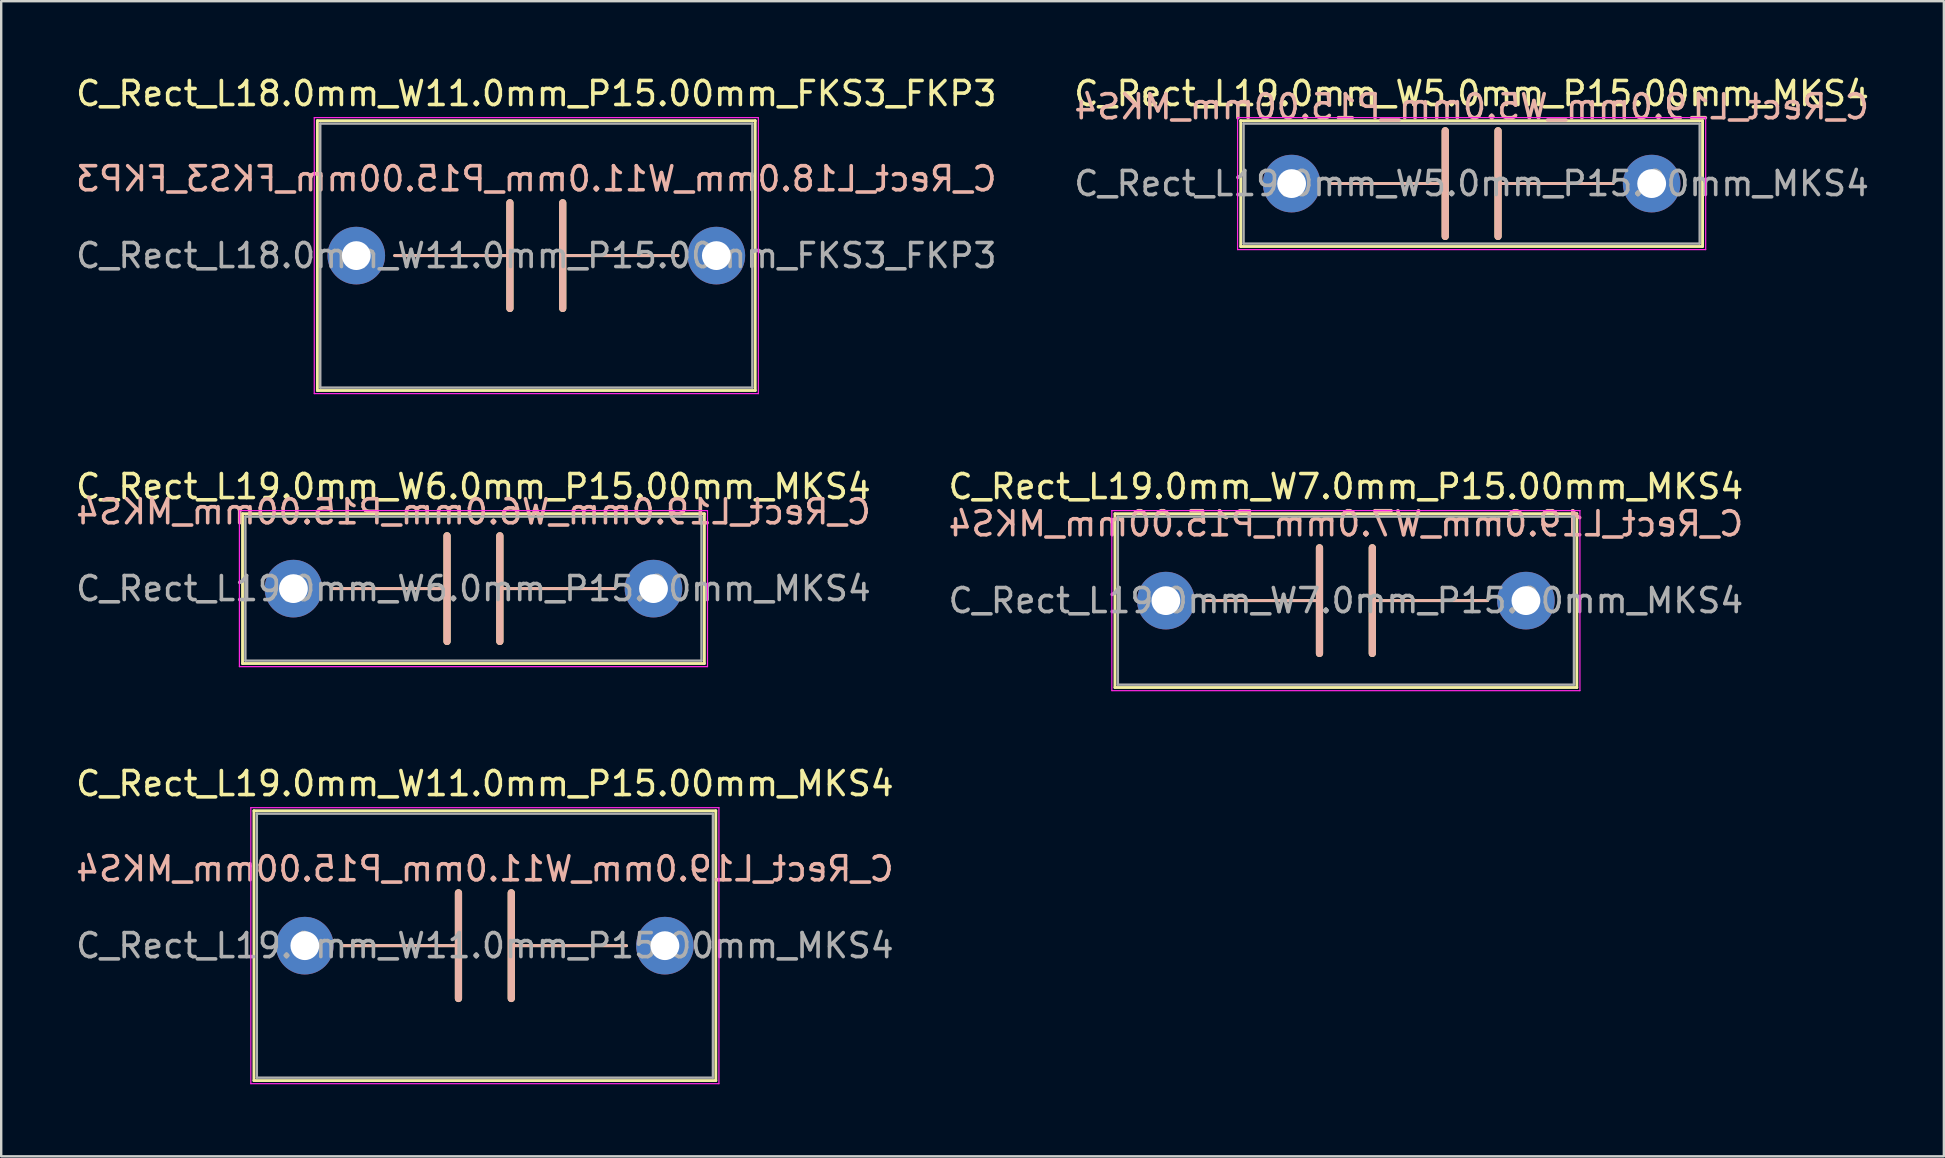
<source format=kicad_pcb>
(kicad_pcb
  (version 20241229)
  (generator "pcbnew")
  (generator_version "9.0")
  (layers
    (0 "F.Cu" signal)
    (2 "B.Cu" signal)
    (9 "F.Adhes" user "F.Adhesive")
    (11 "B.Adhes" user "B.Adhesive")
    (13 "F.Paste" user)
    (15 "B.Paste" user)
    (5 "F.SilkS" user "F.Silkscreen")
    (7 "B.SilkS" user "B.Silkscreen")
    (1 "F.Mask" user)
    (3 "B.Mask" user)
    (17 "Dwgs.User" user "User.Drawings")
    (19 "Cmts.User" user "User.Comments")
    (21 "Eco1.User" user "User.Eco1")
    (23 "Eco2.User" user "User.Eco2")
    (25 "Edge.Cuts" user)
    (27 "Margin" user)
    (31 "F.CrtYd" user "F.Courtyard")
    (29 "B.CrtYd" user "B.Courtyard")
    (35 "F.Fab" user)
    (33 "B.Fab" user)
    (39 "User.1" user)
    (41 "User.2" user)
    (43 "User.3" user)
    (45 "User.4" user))
  (footprint "C_Rect_L19.0mm_W11.0mm_P15.00mm_MKS4"
    (layer "F.Cu")
    (at 9.649 36.345)
    (property "Reference" "C_Rect_L19.0mm_W11.0mm_P15.00mm_MKS4" (at 7.5 -6.75 0) (layer "F.SilkS") (effects (font (size 1 1) (thickness 0.15))))
    (fp_line (start -2.12 -5.62) (end -2.12 5.62) (stroke (width 0.12) (type solid)) (layer "F.SilkS"))
    (fp_line (start -2.12 -5.62) (end 17.12 -5.62) (stroke (width 0.12) (type solid)) (layer "F.SilkS"))
    (fp_line (start -2.12 5.62) (end 17.12 5.62) (stroke (width 0.12) (type solid)) (layer "F.SilkS"))
    (fp_line (start 1.6 0) (end 6.4 0) (stroke (width 0.12) (type solid)) (layer "F.SilkS"))
    (fp_line (start 6.4 -2.2) (end 6.4 2.2) (stroke (width 0.3) (type solid)) (layer "F.SilkS"))
    (fp_line (start 8.6 -2.2) (end 8.6 2.2) (stroke (width 0.3) (type solid)) (layer "F.SilkS"))
    (fp_line (start 8.6 0) (end 13.4 0) (stroke (width 0.12) (type solid)) (layer "F.SilkS"))
    (fp_line (start 17.12 -5.62) (end 17.12 5.62) (stroke (width 0.12) (type solid)) (layer "F.SilkS"))
    (fp_line (start 1.6 0) (end 6.4 0) (stroke (width 0.12) (type solid)) (layer "B.SilkS"))
    (fp_line (start 6.4 2.2) (end 6.4 -2.2) (stroke (width 0.3) (type solid)) (layer "B.SilkS"))
    (fp_line (start 8.6 0) (end 13.4 0) (stroke (width 0.12) (type solid)) (layer "B.SilkS"))
    (fp_line (start 8.6 2.2) (end 8.6 -2.2) (stroke (width 0.3) (type solid)) (layer "B.SilkS"))
    (fp_line (start -2.25 -5.75) (end -2.25 5.75) (stroke (width 0.05) (type solid)) (layer "F.CrtYd"))
    (fp_line (start -2.25 5.75) (end 17.25 5.75) (stroke (width 0.05) (type solid)) (layer "F.CrtYd"))
    (fp_line (start 17.25 -5.75) (end -2.25 -5.75) (stroke (width 0.05) (type solid)) (layer "F.CrtYd"))
    (fp_line (start 17.25 5.75) (end 17.25 -5.75) (stroke (width 0.05) (type solid)) (layer "F.CrtYd"))
    (fp_line (start -2 -5.5) (end -2 5.5) (stroke (width 0.1) (type solid)) (layer "F.Fab"))
    (fp_line (start -2 5.5) (end 17 5.5) (stroke (width 0.1) (type solid)) (layer "F.Fab"))
    (fp_line (start 17 -5.5) (end -2 -5.5) (stroke (width 0.1) (type solid)) (layer "F.Fab"))
    (fp_line (start 17 5.5) (end 17 -5.5) (stroke (width 0.1) (type solid)) (layer "F.Fab"))
    (fp_text user "${REFERENCE}" (at 7.5 -3.2 0) (layer "B.SilkS") (effects (font (size 1 1) (thickness 0.15)) (justify mirror)))
    (fp_text user "${REFERENCE}" (at 7.5 0 0) (layer "F.Fab") (effects (font (size 1 1) (thickness 0.15))))
    (pad "1" thru_hole circle (at 0 0) (size 2.4 2.4) (drill 1.2) (layers "*.Cu" "*.Mask"))
    (pad "2" thru_hole circle (at 15 0) (size 2.4 2.4) (drill 1.2) (layers "*.Cu" "*.Mask")))
  (footprint "C_Rect_L18.0mm_W11.0mm_P15.00mm_FKS3_FKP3"
    (layer "F.Cu")
    (at 11.792 7.598)
    (property "Reference" "C_Rect_L18.0mm_W11.0mm_P15.00mm_FKS3_FKP3" (at 7.5 -6.75 0) (layer "F.SilkS") (effects (font (size 1 1) (thickness 0.15))))
    (fp_line (start -1.62 -5.62) (end -1.62 5.62) (stroke (width 0.12) (type solid)) (layer "F.SilkS"))
    (fp_line (start -1.62 -5.62) (end 16.62 -5.62) (stroke (width 0.12) (type solid)) (layer "F.SilkS"))
    (fp_line (start -1.62 5.62) (end 16.62 5.62) (stroke (width 0.12) (type solid)) (layer "F.SilkS"))
    (fp_line (start 1.6 0) (end 6.4 0) (stroke (width 0.12) (type solid)) (layer "F.SilkS"))
    (fp_line (start 6.4 -2.2) (end 6.4 2.2) (stroke (width 0.3) (type solid)) (layer "F.SilkS"))
    (fp_line (start 8.6 -2.2) (end 8.6 2.2) (stroke (width 0.3) (type solid)) (layer "F.SilkS"))
    (fp_line (start 8.6 0) (end 13.4 0) (stroke (width 0.12) (type solid)) (layer "F.SilkS"))
    (fp_line (start 16.62 -5.62) (end 16.62 5.62) (stroke (width 0.12) (type solid)) (layer "F.SilkS"))
    (fp_line (start 1.6 0) (end 6.4 0) (stroke (width 0.12) (type solid)) (layer "B.SilkS"))
    (fp_line (start 6.4 2.2) (end 6.4 -2.2) (stroke (width 0.3) (type solid)) (layer "B.SilkS"))
    (fp_line (start 8.6 0) (end 13.4 0) (stroke (width 0.12) (type solid)) (layer "B.SilkS"))
    (fp_line (start 8.6 2.2) (end 8.6 -2.2) (stroke (width 0.3) (type solid)) (layer "B.SilkS"))
    (fp_line (start -1.75 -5.75) (end -1.75 5.75) (stroke (width 0.05) (type solid)) (layer "F.CrtYd"))
    (fp_line (start -1.75 5.75) (end 16.75 5.75) (stroke (width 0.05) (type solid)) (layer "F.CrtYd"))
    (fp_line (start 16.75 -5.75) (end -1.75 -5.75) (stroke (width 0.05) (type solid)) (layer "F.CrtYd"))
    (fp_line (start 16.75 5.75) (end 16.75 -5.75) (stroke (width 0.05) (type solid)) (layer "F.CrtYd"))
    (fp_line (start -1.5 -5.5) (end -1.5 5.5) (stroke (width 0.1) (type solid)) (layer "F.Fab"))
    (fp_line (start -1.5 5.5) (end 16.5 5.5) (stroke (width 0.1) (type solid)) (layer "F.Fab"))
    (fp_line (start 16.5 -5.5) (end -1.5 -5.5) (stroke (width 0.1) (type solid)) (layer "F.Fab"))
    (fp_line (start 16.5 5.5) (end 16.5 -5.5) (stroke (width 0.1) (type solid)) (layer "F.Fab"))
    (fp_text user "${REFERENCE}" (at 7.5 -3.2 0) (layer "B.SilkS") (effects (font (size 1 1) (thickness 0.15)) (justify mirror)))
    (fp_text user "${REFERENCE}" (at 7.5 0 0) (layer "F.Fab") (effects (font (size 1 1) (thickness 0.15))))
    (pad "1" thru_hole circle (at 0 0) (size 2.4 2.4) (drill 1.2) (layers "*.Cu" "*.Mask"))
    (pad "2" thru_hole circle (at 15 0) (size 2.4 2.4) (drill 1.2) (layers "*.Cu" "*.Mask")))
  (footprint "C_Rect_L19.0mm_W5.0mm_P15.00mm_MKS4"
    (layer "F.Cu")
    (at 50.756 4.598)
    (property "Reference" "C_Rect_L19.0mm_W5.0mm_P15.00mm_MKS4" (at 7.5 -3.75 0) (layer "F.SilkS") (effects (font (size 1 1) (thickness 0.15))))
    (fp_line (start -2.12 -2.62) (end -2.12 2.62) (stroke (width 0.12) (type solid)) (layer "F.SilkS"))
    (fp_line (start -2.12 -2.62) (end 17.12 -2.62) (stroke (width 0.12) (type solid)) (layer "F.SilkS"))
    (fp_line (start -2.12 2.62) (end 17.12 2.62) (stroke (width 0.12) (type solid)) (layer "F.SilkS"))
    (fp_line (start 1.6 0) (end 6.4 0) (stroke (width 0.12) (type solid)) (layer "F.SilkS"))
    (fp_line (start 6.4 -2.2) (end 6.4 2.2) (stroke (width 0.3) (type solid)) (layer "F.SilkS"))
    (fp_line (start 8.6 -2.2) (end 8.6 2.2) (stroke (width 0.3) (type solid)) (layer "F.SilkS"))
    (fp_line (start 8.6 0) (end 13.4 0) (stroke (width 0.12) (type solid)) (layer "F.SilkS"))
    (fp_line (start 17.12 -2.62) (end 17.12 2.62) (stroke (width 0.12) (type solid)) (layer "F.SilkS"))
    (fp_line (start 1.6 0) (end 6.4 0) (stroke (width 0.12) (type solid)) (layer "B.SilkS"))
    (fp_line (start 6.4 2.2) (end 6.4 -2.2) (stroke (width 0.3) (type solid)) (layer "B.SilkS"))
    (fp_line (start 8.6 0) (end 13.4 0) (stroke (width 0.12) (type solid)) (layer "B.SilkS"))
    (fp_line (start 8.6 2.2) (end 8.6 -2.2) (stroke (width 0.3) (type solid)) (layer "B.SilkS"))
    (fp_line (start -2.25 -2.75) (end -2.25 2.75) (stroke (width 0.05) (type solid)) (layer "F.CrtYd"))
    (fp_line (start -2.25 2.75) (end 17.25 2.75) (stroke (width 0.05) (type solid)) (layer "F.CrtYd"))
    (fp_line (start 17.25 -2.75) (end -2.25 -2.75) (stroke (width 0.05) (type solid)) (layer "F.CrtYd"))
    (fp_line (start 17.25 2.75) (end 17.25 -2.75) (stroke (width 0.05) (type solid)) (layer "F.CrtYd"))
    (fp_line (start -2 -2.5) (end -2 2.5) (stroke (width 0.1) (type solid)) (layer "F.Fab"))
    (fp_line (start -2 2.5) (end 17 2.5) (stroke (width 0.1) (type solid)) (layer "F.Fab"))
    (fp_line (start 17 -2.5) (end -2 -2.5) (stroke (width 0.1) (type solid)) (layer "F.Fab"))
    (fp_line (start 17 2.5) (end 17 -2.5) (stroke (width 0.1) (type solid)) (layer "F.Fab"))
    (fp_text user "${REFERENCE}" (at 7.5 -3.2 0) (layer "B.SilkS") (effects (font (size 1 1) (thickness 0.15)) (justify mirror)))
    (fp_text user "${REFERENCE}" (at 7.5 0 0) (layer "F.Fab") (effects (font (size 1 1) (thickness 0.15))))
    (pad "1" thru_hole circle (at 0 0) (size 2.4 2.4) (drill 1.2) (layers "*.Cu" "*.Mask"))
    (pad "2" thru_hole circle (at 15 0) (size 2.4 2.4) (drill 1.2) (layers "*.Cu" "*.Mask")))
  (footprint "C_Rect_L19.0mm_W6.0mm_P15.00mm_MKS4"
    (layer "F.Cu")
    (at 9.173 21.471)
    (property "Reference" "C_Rect_L19.0mm_W6.0mm_P15.00mm_MKS4" (at 7.5 -4.25 0) (layer "F.SilkS") (effects (font (size 1 1) (thickness 0.15))))
    (fp_line (start -2.12 -3.12) (end -2.12 3.12) (stroke (width 0.12) (type solid)) (layer "F.SilkS"))
    (fp_line (start -2.12 -3.12) (end 17.12 -3.12) (stroke (width 0.12) (type solid)) (layer "F.SilkS"))
    (fp_line (start -2.12 3.12) (end 17.12 3.12) (stroke (width 0.12) (type solid)) (layer "F.SilkS"))
    (fp_line (start 1.6 0) (end 6.4 0) (stroke (width 0.12) (type solid)) (layer "F.SilkS"))
    (fp_line (start 6.4 -2.2) (end 6.4 2.2) (stroke (width 0.3) (type solid)) (layer "F.SilkS"))
    (fp_line (start 8.6 -2.2) (end 8.6 2.2) (stroke (width 0.3) (type solid)) (layer "F.SilkS"))
    (fp_line (start 8.6 0) (end 13.4 0) (stroke (width 0.12) (type solid)) (layer "F.SilkS"))
    (fp_line (start 17.12 -3.12) (end 17.12 3.12) (stroke (width 0.12) (type solid)) (layer "F.SilkS"))
    (fp_line (start 1.6 0) (end 6.4 0) (stroke (width 0.12) (type solid)) (layer "B.SilkS"))
    (fp_line (start 6.4 2.2) (end 6.4 -2.2) (stroke (width 0.3) (type solid)) (layer "B.SilkS"))
    (fp_line (start 8.6 0) (end 13.4 0) (stroke (width 0.12) (type solid)) (layer "B.SilkS"))
    (fp_line (start 8.6 2.2) (end 8.6 -2.2) (stroke (width 0.3) (type solid)) (layer "B.SilkS"))
    (fp_line (start -2.25 -3.25) (end -2.25 3.25) (stroke (width 0.05) (type solid)) (layer "F.CrtYd"))
    (fp_line (start -2.25 3.25) (end 17.25 3.25) (stroke (width 0.05) (type solid)) (layer "F.CrtYd"))
    (fp_line (start 17.25 -3.25) (end -2.25 -3.25) (stroke (width 0.05) (type solid)) (layer "F.CrtYd"))
    (fp_line (start 17.25 3.25) (end 17.25 -3.25) (stroke (width 0.05) (type solid)) (layer "F.CrtYd"))
    (fp_line (start -2 -3) (end -2 3) (stroke (width 0.1) (type solid)) (layer "F.Fab"))
    (fp_line (start -2 3) (end 17 3) (stroke (width 0.1) (type solid)) (layer "F.Fab"))
    (fp_line (start 17 -3) (end -2 -3) (stroke (width 0.1) (type solid)) (layer "F.Fab"))
    (fp_line (start 17 3) (end 17 -3) (stroke (width 0.1) (type solid)) (layer "F.Fab"))
    (fp_text user "${REFERENCE}" (at 7.5 -3.2 0) (layer "B.SilkS") (effects (font (size 1 1) (thickness 0.15)) (justify mirror)))
    (fp_text user "${REFERENCE}" (at 7.5 0 0) (layer "F.Fab") (effects (font (size 1 1) (thickness 0.15))))
    (pad "1" thru_hole circle (at 0 0) (size 2.4 2.4) (drill 1.2) (layers "*.Cu" "*.Mask"))
    (pad "2" thru_hole circle (at 15 0) (size 2.4 2.4) (drill 1.2) (layers "*.Cu" "*.Mask")))
  (footprint "C_Rect_L19.0mm_W7.0mm_P15.00mm_MKS4"
    (layer "F.Cu")
    (at 45.518 21.971)
    (property "Reference" "C_Rect_L19.0mm_W7.0mm_P15.00mm_MKS4" (at 7.5 -4.75 0) (layer "F.SilkS") (effects (font (size 1 1) (thickness 0.15))))
    (fp_line (start -2.12 -3.62) (end -2.12 3.62) (stroke (width 0.12) (type solid)) (layer "F.SilkS"))
    (fp_line (start -2.12 -3.62) (end 17.12 -3.62) (stroke (width 0.12) (type solid)) (layer "F.SilkS"))
    (fp_line (start -2.12 3.62) (end 17.12 3.62) (stroke (width 0.12) (type solid)) (layer "F.SilkS"))
    (fp_line (start 1.6 0) (end 6.4 0) (stroke (width 0.12) (type solid)) (layer "F.SilkS"))
    (fp_line (start 6.4 -2.2) (end 6.4 2.2) (stroke (width 0.3) (type solid)) (layer "F.SilkS"))
    (fp_line (start 8.6 -2.2) (end 8.6 2.2) (stroke (width 0.3) (type solid)) (layer "F.SilkS"))
    (fp_line (start 8.6 0) (end 13.4 0) (stroke (width 0.12) (type solid)) (layer "F.SilkS"))
    (fp_line (start 17.12 -3.62) (end 17.12 3.62) (stroke (width 0.12) (type solid)) (layer "F.SilkS"))
    (fp_line (start 1.6 0) (end 6.4 0) (stroke (width 0.12) (type solid)) (layer "B.SilkS"))
    (fp_line (start 6.4 2.2) (end 6.4 -2.2) (stroke (width 0.3) (type solid)) (layer "B.SilkS"))
    (fp_line (start 8.6 0) (end 13.4 0) (stroke (width 0.12) (type solid)) (layer "B.SilkS"))
    (fp_line (start 8.6 2.2) (end 8.6 -2.2) (stroke (width 0.3) (type solid)) (layer "B.SilkS"))
    (fp_line (start -2.25 -3.75) (end -2.25 3.75) (stroke (width 0.05) (type solid)) (layer "F.CrtYd"))
    (fp_line (start -2.25 3.75) (end 17.25 3.75) (stroke (width 0.05) (type solid)) (layer "F.CrtYd"))
    (fp_line (start 17.25 -3.75) (end -2.25 -3.75) (stroke (width 0.05) (type solid)) (layer "F.CrtYd"))
    (fp_line (start 17.25 3.75) (end 17.25 -3.75) (stroke (width 0.05) (type solid)) (layer "F.CrtYd"))
    (fp_line (start -2 -3.5) (end -2 3.5) (stroke (width 0.1) (type solid)) (layer "F.Fab"))
    (fp_line (start -2 3.5) (end 17 3.5) (stroke (width 0.1) (type solid)) (layer "F.Fab"))
    (fp_line (start 17 -3.5) (end -2 -3.5) (stroke (width 0.1) (type solid)) (layer "F.Fab"))
    (fp_line (start 17 3.5) (end 17 -3.5) (stroke (width 0.1) (type solid)) (layer "F.Fab"))
    (fp_text user "${REFERENCE}" (at 7.5 -3.2 0) (layer "B.SilkS") (effects (font (size 1 1) (thickness 0.15)) (justify mirror)))
    (fp_text user "${REFERENCE}" (at 7.5 0 0) (layer "F.Fab") (effects (font (size 1 1) (thickness 0.15))))
    (pad "1" thru_hole circle (at 0 0) (size 2.4 2.4) (drill 1.2) (layers "*.Cu" "*.Mask"))
    (pad "2" thru_hole circle (at 15 0) (size 2.4 2.4) (drill 1.2) (layers "*.Cu" "*.Mask")))
  (gr_rect
    (start -3 -3)
    (end 77.929 45.12)
    (stroke (width 0.1) (type default))
    (fill no)
    (layer "Edge.Cuts")))
</source>
